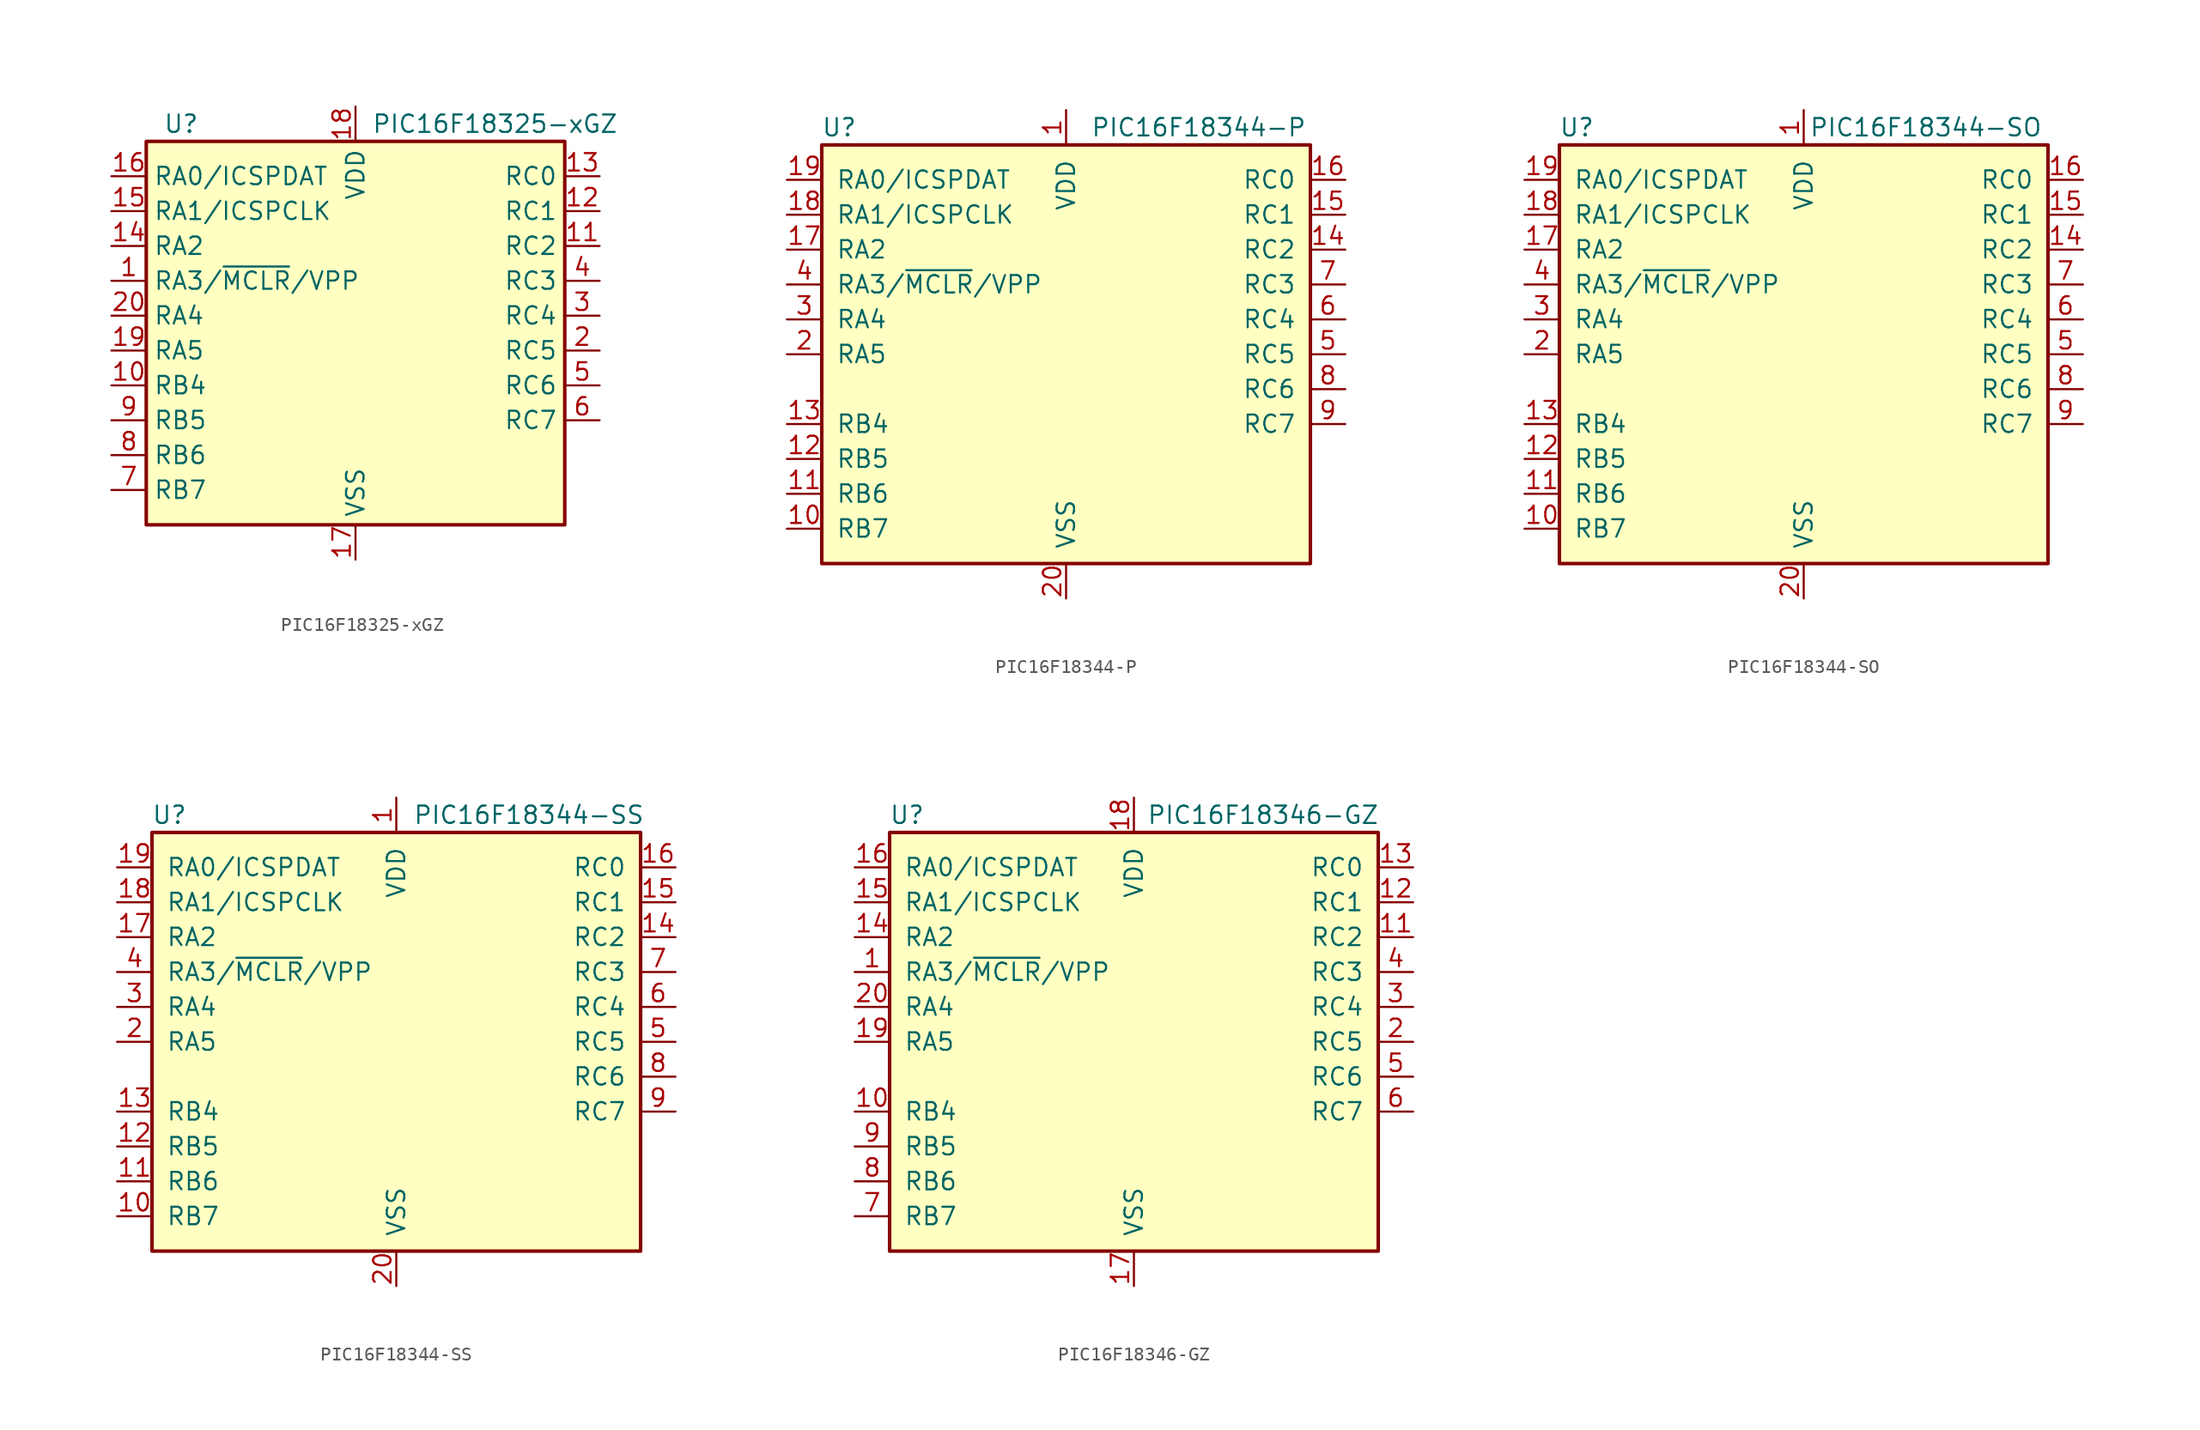
<source format=kicad_sym>
(kicad_symbol_lib
  (version 20201005)
  (generator kicad_symbol_editor)
  (symbol "PIC16F18325-xGZ"
    (property "Reference" "U"
      (at -12.7 13.97 0)
      (effects (font (size 1.27 1.27))))
    (property "Value" "PIC16F18325-xGZ"
      (at 10.16 13.97 0)
      (effects (font (size 1.27 1.27))))
    (symbol "PIC16F18325-xGZ_1_1"
      (rectangle (start -15.24 12.7) (end 15.24 -15.24) (stroke (width 0.254)) (fill (type background)))
      (pin bidirectional line (at -17.78 2.54 0) (length 2.54) (name "RA3/~MCLR~/VPP" (effects (font (size 1.27 1.27)))) (number "1" (effects (font (size 1.27 1.27)))))
      (pin bidirectional line (at -17.78 -5.08 0) (length 2.54) (name "RB4" (effects (font (size 1.27 1.27)))) (number "10" (effects (font (size 1.27 1.27)))))
      (pin bidirectional line (at 17.78 5.08 180) (length 2.54) (name "RC2" (effects (font (size 1.27 1.27)))) (number "11" (effects (font (size 1.27 1.27)))))
      (pin bidirectional line (at 17.78 7.62 180) (length 2.54) (name "RC1" (effects (font (size 1.27 1.27)))) (number "12" (effects (font (size 1.27 1.27)))))
      (pin bidirectional line (at 17.78 10.16 180) (length 2.54) (name "RC0" (effects (font (size 1.27 1.27)))) (number "13" (effects (font (size 1.27 1.27)))))
      (pin bidirectional line (at -17.78 5.08 0) (length 2.54) (name "RA2" (effects (font (size 1.27 1.27)))) (number "14" (effects (font (size 1.27 1.27)))))
      (pin bidirectional line (at -17.78 7.62 0) (length 2.54) (name "RA1/ICSPCLK" (effects (font (size 1.27 1.27)))) (number "15" (effects (font (size 1.27 1.27)))))
      (pin bidirectional line (at -17.78 10.16 0) (length 2.54) (name "RA0/ICSPDAT" (effects (font (size 1.27 1.27)))) (number "16" (effects (font (size 1.27 1.27)))))
      (pin power_in line (at 0 -17.78 90) (length 2.54) (name "VSS" (effects (font (size 1.27 1.27)))) (number "17" (effects (font (size 1.27 1.27)))))
      (pin power_in line (at 0 15.24 270) (length 2.54) (name "VDD" (effects (font (size 1.27 1.27)))) (number "18" (effects (font (size 1.27 1.27)))))
      (pin bidirectional line (at -17.78 -2.54 0) (length 2.54) (name "RA5" (effects (font (size 1.27 1.27)))) (number "19" (effects (font (size 1.27 1.27)))))
      (pin bidirectional line (at 17.78 -2.54 180) (length 2.54) (name "RC5" (effects (font (size 1.27 1.27)))) (number "2" (effects (font (size 1.27 1.27)))))
      (pin bidirectional line (at -17.78 0 0) (length 2.54) (name "RA4" (effects (font (size 1.27 1.27)))) (number "20" (effects (font (size 1.27 1.27)))))
      (pin passive line (at 0 -17.78 90) (length 2.54) hide (name "VSS" (effects (font (size 1.27 1.27)))) (number "21" (effects (font (size 1.27 1.27)))))
      (pin bidirectional line (at 17.78 0 180) (length 2.54) (name "RC4" (effects (font (size 1.27 1.27)))) (number "3" (effects (font (size 1.27 1.27)))))
      (pin bidirectional line (at 17.78 2.54 180) (length 2.54) (name "RC3" (effects (font (size 1.27 1.27)))) (number "4" (effects (font (size 1.27 1.27)))))
      (pin bidirectional line (at 17.78 -5.08 180) (length 2.54) (name "RC6" (effects (font (size 1.27 1.27)))) (number "5" (effects (font (size 1.27 1.27)))))
      (pin bidirectional line (at 17.78 -7.62 180) (length 2.54) (name "RC7" (effects (font (size 1.27 1.27)))) (number "6" (effects (font (size 1.27 1.27)))))
      (pin bidirectional line (at -17.78 -12.7 0) (length 2.54) (name "RB7" (effects (font (size 1.27 1.27)))) (number "7" (effects (font (size 1.27 1.27)))))
      (pin bidirectional line (at -17.78 -10.16 0) (length 2.54) (name "RB6" (effects (font (size 1.27 1.27)))) (number "8" (effects (font (size 1.27 1.27)))))
      (pin bidirectional line (at -17.78 -7.62 0) (length 2.54) (name "RB5" (effects (font (size 1.27 1.27)))) (number "9" (effects (font (size 1.27 1.27)))))))
  (symbol "PIC16F18344-P"
    (pin_names
      (offset 1.016))
    (property "Reference" "U"
      (at -16.51 16.51 0)
      (effects (font (size 1.27 1.27))))
    (property "Value" "PIC16F18344-P"
      (at 9.652 16.51 0)
      (effects (font (size 1.27 1.27))))
    (symbol "PIC16F18344-P_0_1"
      (rectangle (start -17.78 15.24) (end 17.78 -15.24) (stroke (width 0.254)) (fill (type background))))
    (symbol "PIC16F18344-P_1_1"
      (pin power_in line (at 0 17.78 270) (length 2.54) (name "VDD" (effects (font (size 1.27 1.27)))) (number "1" (effects (font (size 1.27 1.27)))))
      (pin bidirectional line (at -20.32 -12.7 0) (length 2.54) (name "RB7" (effects (font (size 1.27 1.27)))) (number "10" (effects (font (size 1.27 1.27)))))
      (pin bidirectional line (at -20.32 -10.16 0) (length 2.54) (name "RB6" (effects (font (size 1.27 1.27)))) (number "11" (effects (font (size 1.27 1.27)))))
      (pin bidirectional line (at -20.32 -7.62 0) (length 2.54) (name "RB5" (effects (font (size 1.27 1.27)))) (number "12" (effects (font (size 1.27 1.27)))))
      (pin bidirectional line (at -20.32 -5.08 0) (length 2.54) (name "RB4" (effects (font (size 1.27 1.27)))) (number "13" (effects (font (size 1.27 1.27)))))
      (pin bidirectional line (at 20.32 7.62 180) (length 2.54) (name "RC2" (effects (font (size 1.27 1.27)))) (number "14" (effects (font (size 1.27 1.27)))))
      (pin bidirectional line (at 20.32 10.16 180) (length 2.54) (name "RC1" (effects (font (size 1.27 1.27)))) (number "15" (effects (font (size 1.27 1.27)))))
      (pin bidirectional line (at 20.32 12.7 180) (length 2.54) (name "RC0" (effects (font (size 1.27 1.27)))) (number "16" (effects (font (size 1.27 1.27)))))
      (pin bidirectional line (at -20.32 7.62 0) (length 2.54) (name "RA2" (effects (font (size 1.27 1.27)))) (number "17" (effects (font (size 1.27 1.27)))))
      (pin bidirectional line (at -20.32 10.16 0) (length 2.54) (name "RA1/ICSPCLK" (effects (font (size 1.27 1.27)))) (number "18" (effects (font (size 1.27 1.27)))))
      (pin bidirectional line (at -20.32 12.7 0) (length 2.54) (name "RA0/ICSPDAT" (effects (font (size 1.27 1.27)))) (number "19" (effects (font (size 1.27 1.27)))))
      (pin bidirectional line (at -20.32 0 0) (length 2.54) (name "RA5" (effects (font (size 1.27 1.27)))) (number "2" (effects (font (size 1.27 1.27)))))
      (pin power_in line (at 0 -17.78 90) (length 2.54) (name "VSS" (effects (font (size 1.27 1.27)))) (number "20" (effects (font (size 1.27 1.27)))))
      (pin bidirectional line (at -20.32 2.54 0) (length 2.54) (name "RA4" (effects (font (size 1.27 1.27)))) (number "3" (effects (font (size 1.27 1.27)))))
      (pin bidirectional line (at -20.32 5.08 0) (length 2.54) (name "RA3/~MCLR~/VPP" (effects (font (size 1.27 1.27)))) (number "4" (effects (font (size 1.27 1.27)))))
      (pin bidirectional line (at 20.32 0 180) (length 2.54) (name "RC5" (effects (font (size 1.27 1.27)))) (number "5" (effects (font (size 1.27 1.27)))))
      (pin bidirectional line (at 20.32 2.54 180) (length 2.54) (name "RC4" (effects (font (size 1.27 1.27)))) (number "6" (effects (font (size 1.27 1.27)))))
      (pin bidirectional line (at 20.32 5.08 180) (length 2.54) (name "RC3" (effects (font (size 1.27 1.27)))) (number "7" (effects (font (size 1.27 1.27)))))
      (pin bidirectional line (at 20.32 -2.54 180) (length 2.54) (name "RC6" (effects (font (size 1.27 1.27)))) (number "8" (effects (font (size 1.27 1.27)))))
      (pin bidirectional line (at 20.32 -5.08 180) (length 2.54) (name "RC7" (effects (font (size 1.27 1.27)))) (number "9" (effects (font (size 1.27 1.27)))))))
  (symbol "PIC16F18344-SO"
    (pin_names
      (offset 1.016))
    (property "Reference" "U"
      (at -16.51 16.51 0)
      (effects (font (size 1.27 1.27))))
    (property "Value" "PIC16F18344-SO"
      (at 8.89 16.51 0)
      (effects (font (size 1.27 1.27))))
    (symbol "PIC16F18344-SO_0_1"
      (rectangle (start -17.78 15.24) (end 17.78 -15.24) (stroke (width 0.254)) (fill (type background))))
    (symbol "PIC16F18344-SO_1_1"
      (pin power_in line (at 0 17.78 270) (length 2.54) (name "VDD" (effects (font (size 1.27 1.27)))) (number "1" (effects (font (size 1.27 1.27)))))
      (pin bidirectional line (at -20.32 -12.7 0) (length 2.54) (name "RB7" (effects (font (size 1.27 1.27)))) (number "10" (effects (font (size 1.27 1.27)))))
      (pin bidirectional line (at -20.32 -10.16 0) (length 2.54) (name "RB6" (effects (font (size 1.27 1.27)))) (number "11" (effects (font (size 1.27 1.27)))))
      (pin bidirectional line (at -20.32 -7.62 0) (length 2.54) (name "RB5" (effects (font (size 1.27 1.27)))) (number "12" (effects (font (size 1.27 1.27)))))
      (pin bidirectional line (at -20.32 -5.08 0) (length 2.54) (name "RB4" (effects (font (size 1.27 1.27)))) (number "13" (effects (font (size 1.27 1.27)))))
      (pin bidirectional line (at 20.32 7.62 180) (length 2.54) (name "RC2" (effects (font (size 1.27 1.27)))) (number "14" (effects (font (size 1.27 1.27)))))
      (pin bidirectional line (at 20.32 10.16 180) (length 2.54) (name "RC1" (effects (font (size 1.27 1.27)))) (number "15" (effects (font (size 1.27 1.27)))))
      (pin bidirectional line (at 20.32 12.7 180) (length 2.54) (name "RC0" (effects (font (size 1.27 1.27)))) (number "16" (effects (font (size 1.27 1.27)))))
      (pin bidirectional line (at -20.32 7.62 0) (length 2.54) (name "RA2" (effects (font (size 1.27 1.27)))) (number "17" (effects (font (size 1.27 1.27)))))
      (pin bidirectional line (at -20.32 10.16 0) (length 2.54) (name "RA1/ICSPCLK" (effects (font (size 1.27 1.27)))) (number "18" (effects (font (size 1.27 1.27)))))
      (pin bidirectional line (at -20.32 12.7 0) (length 2.54) (name "RA0/ICSPDAT" (effects (font (size 1.27 1.27)))) (number "19" (effects (font (size 1.27 1.27)))))
      (pin bidirectional line (at -20.32 0 0) (length 2.54) (name "RA5" (effects (font (size 1.27 1.27)))) (number "2" (effects (font (size 1.27 1.27)))))
      (pin power_in line (at 0 -17.78 90) (length 2.54) (name "VSS" (effects (font (size 1.27 1.27)))) (number "20" (effects (font (size 1.27 1.27)))))
      (pin bidirectional line (at -20.32 2.54 0) (length 2.54) (name "RA4" (effects (font (size 1.27 1.27)))) (number "3" (effects (font (size 1.27 1.27)))))
      (pin bidirectional line (at -20.32 5.08 0) (length 2.54) (name "RA3/~MCLR~/VPP" (effects (font (size 1.27 1.27)))) (number "4" (effects (font (size 1.27 1.27)))))
      (pin bidirectional line (at 20.32 0 180) (length 2.54) (name "RC5" (effects (font (size 1.27 1.27)))) (number "5" (effects (font (size 1.27 1.27)))))
      (pin bidirectional line (at 20.32 2.54 180) (length 2.54) (name "RC4" (effects (font (size 1.27 1.27)))) (number "6" (effects (font (size 1.27 1.27)))))
      (pin bidirectional line (at 20.32 5.08 180) (length 2.54) (name "RC3" (effects (font (size 1.27 1.27)))) (number "7" (effects (font (size 1.27 1.27)))))
      (pin bidirectional line (at 20.32 -2.54 180) (length 2.54) (name "RC6" (effects (font (size 1.27 1.27)))) (number "8" (effects (font (size 1.27 1.27)))))
      (pin bidirectional line (at 20.32 -5.08 180) (length 2.54) (name "RC7" (effects (font (size 1.27 1.27)))) (number "9" (effects (font (size 1.27 1.27)))))))
  (symbol "PIC16F18344-SS"
    (pin_names
      (offset 1.016))
    (property "Reference" "U"
      (at -16.51 16.51 0)
      (effects (font (size 1.27 1.27))))
    (property "Value" "PIC16F18344-SS"
      (at 9.652 16.51 0)
      (effects (font (size 1.27 1.27))))
    (symbol "PIC16F18344-SS_0_1"
      (rectangle (start -17.78 15.24) (end 17.78 -15.24) (stroke (width 0.254)) (fill (type background))))
    (symbol "PIC16F18344-SS_1_1"
      (pin power_in line (at 0 17.78 270) (length 2.54) (name "VDD" (effects (font (size 1.27 1.27)))) (number "1" (effects (font (size 1.27 1.27)))))
      (pin bidirectional line (at -20.32 -12.7 0) (length 2.54) (name "RB7" (effects (font (size 1.27 1.27)))) (number "10" (effects (font (size 1.27 1.27)))))
      (pin bidirectional line (at -20.32 -10.16 0) (length 2.54) (name "RB6" (effects (font (size 1.27 1.27)))) (number "11" (effects (font (size 1.27 1.27)))))
      (pin bidirectional line (at -20.32 -7.62 0) (length 2.54) (name "RB5" (effects (font (size 1.27 1.27)))) (number "12" (effects (font (size 1.27 1.27)))))
      (pin bidirectional line (at -20.32 -5.08 0) (length 2.54) (name "RB4" (effects (font (size 1.27 1.27)))) (number "13" (effects (font (size 1.27 1.27)))))
      (pin bidirectional line (at 20.32 7.62 180) (length 2.54) (name "RC2" (effects (font (size 1.27 1.27)))) (number "14" (effects (font (size 1.27 1.27)))))
      (pin bidirectional line (at 20.32 10.16 180) (length 2.54) (name "RC1" (effects (font (size 1.27 1.27)))) (number "15" (effects (font (size 1.27 1.27)))))
      (pin bidirectional line (at 20.32 12.7 180) (length 2.54) (name "RC0" (effects (font (size 1.27 1.27)))) (number "16" (effects (font (size 1.27 1.27)))))
      (pin bidirectional line (at -20.32 7.62 0) (length 2.54) (name "RA2" (effects (font (size 1.27 1.27)))) (number "17" (effects (font (size 1.27 1.27)))))
      (pin bidirectional line (at -20.32 10.16 0) (length 2.54) (name "RA1/ICSPCLK" (effects (font (size 1.27 1.27)))) (number "18" (effects (font (size 1.27 1.27)))))
      (pin bidirectional line (at -20.32 12.7 0) (length 2.54) (name "RA0/ICSPDAT" (effects (font (size 1.27 1.27)))) (number "19" (effects (font (size 1.27 1.27)))))
      (pin bidirectional line (at -20.32 0 0) (length 2.54) (name "RA5" (effects (font (size 1.27 1.27)))) (number "2" (effects (font (size 1.27 1.27)))))
      (pin power_in line (at 0 -17.78 90) (length 2.54) (name "VSS" (effects (font (size 1.27 1.27)))) (number "20" (effects (font (size 1.27 1.27)))))
      (pin bidirectional line (at -20.32 2.54 0) (length 2.54) (name "RA4" (effects (font (size 1.27 1.27)))) (number "3" (effects (font (size 1.27 1.27)))))
      (pin bidirectional line (at -20.32 5.08 0) (length 2.54) (name "RA3/~MCLR~/VPP" (effects (font (size 1.27 1.27)))) (number "4" (effects (font (size 1.27 1.27)))))
      (pin bidirectional line (at 20.32 0 180) (length 2.54) (name "RC5" (effects (font (size 1.27 1.27)))) (number "5" (effects (font (size 1.27 1.27)))))
      (pin bidirectional line (at 20.32 2.54 180) (length 2.54) (name "RC4" (effects (font (size 1.27 1.27)))) (number "6" (effects (font (size 1.27 1.27)))))
      (pin bidirectional line (at 20.32 5.08 180) (length 2.54) (name "RC3" (effects (font (size 1.27 1.27)))) (number "7" (effects (font (size 1.27 1.27)))))
      (pin bidirectional line (at 20.32 -2.54 180) (length 2.54) (name "RC6" (effects (font (size 1.27 1.27)))) (number "8" (effects (font (size 1.27 1.27)))))
      (pin bidirectional line (at 20.32 -5.08 180) (length 2.54) (name "RC7" (effects (font (size 1.27 1.27)))) (number "9" (effects (font (size 1.27 1.27)))))))
  (symbol "PIC16F18346-GZ"
    (pin_names
      (offset 1.016))
    (property "Reference" "U"
      (at -16.51 16.51 0)
      (effects (font (size 1.27 1.27))))
    (property "Value" "PIC16F18346-GZ"
      (at 9.398 16.51 0)
      (effects (font (size 1.27 1.27))))
    (symbol "PIC16F18346-GZ_0_1"
      (rectangle (start -17.78 15.24) (end 17.78 -15.24) (stroke (width 0.254)) (fill (type background))))
    (symbol "PIC16F18346-GZ_1_1"
      (pin bidirectional line (at -20.32 5.08 0) (length 2.54) (name "RA3/~MCLR~/VPP" (effects (font (size 1.27 1.27)))) (number "1" (effects (font (size 1.27 1.27)))))
      (pin bidirectional line (at -20.32 -5.08 0) (length 2.54) (name "RB4" (effects (font (size 1.27 1.27)))) (number "10" (effects (font (size 1.27 1.27)))))
      (pin bidirectional line (at 20.32 7.62 180) (length 2.54) (name "RC2" (effects (font (size 1.27 1.27)))) (number "11" (effects (font (size 1.27 1.27)))))
      (pin bidirectional line (at 20.32 10.16 180) (length 2.54) (name "RC1" (effects (font (size 1.27 1.27)))) (number "12" (effects (font (size 1.27 1.27)))))
      (pin bidirectional line (at 20.32 12.7 180) (length 2.54) (name "RC0" (effects (font (size 1.27 1.27)))) (number "13" (effects (font (size 1.27 1.27)))))
      (pin bidirectional line (at -20.32 7.62 0) (length 2.54) (name "RA2" (effects (font (size 1.27 1.27)))) (number "14" (effects (font (size 1.27 1.27)))))
      (pin bidirectional line (at -20.32 10.16 0) (length 2.54) (name "RA1/ICSPCLK" (effects (font (size 1.27 1.27)))) (number "15" (effects (font (size 1.27 1.27)))))
      (pin bidirectional line (at -20.32 12.7 0) (length 2.54) (name "RA0/ICSPDAT" (effects (font (size 1.27 1.27)))) (number "16" (effects (font (size 1.27 1.27)))))
      (pin power_in line (at 0 -17.78 90) (length 2.54) (name "VSS" (effects (font (size 1.27 1.27)))) (number "17" (effects (font (size 1.27 1.27)))))
      (pin power_in line (at 0 17.78 270) (length 2.54) (name "VDD" (effects (font (size 1.27 1.27)))) (number "18" (effects (font (size 1.27 1.27)))))
      (pin bidirectional line (at -20.32 0 0) (length 2.54) (name "RA5" (effects (font (size 1.27 1.27)))) (number "19" (effects (font (size 1.27 1.27)))))
      (pin bidirectional line (at 20.32 0 180) (length 2.54) (name "RC5" (effects (font (size 1.27 1.27)))) (number "2" (effects (font (size 1.27 1.27)))))
      (pin bidirectional line (at -20.32 2.54 0) (length 2.54) (name "RA4" (effects (font (size 1.27 1.27)))) (number "20" (effects (font (size 1.27 1.27)))))
      (pin bidirectional line (at 20.32 2.54 180) (length 2.54) (name "RC4" (effects (font (size 1.27 1.27)))) (number "3" (effects (font (size 1.27 1.27)))))
      (pin bidirectional line (at 20.32 5.08 180) (length 2.54) (name "RC3" (effects (font (size 1.27 1.27)))) (number "4" (effects (font (size 1.27 1.27)))))
      (pin bidirectional line (at 20.32 -2.54 180) (length 2.54) (name "RC6" (effects (font (size 1.27 1.27)))) (number "5" (effects (font (size 1.27 1.27)))))
      (pin bidirectional line (at 20.32 -5.08 180) (length 2.54) (name "RC7" (effects (font (size 1.27 1.27)))) (number "6" (effects (font (size 1.27 1.27)))))
      (pin bidirectional line (at -20.32 -12.7 0) (length 2.54) (name "RB7" (effects (font (size 1.27 1.27)))) (number "7" (effects (font (size 1.27 1.27)))))
      (pin bidirectional line (at -20.32 -10.16 0) (length 2.54) (name "RB6" (effects (font (size 1.27 1.27)))) (number "8" (effects (font (size 1.27 1.27)))))
      (pin bidirectional line (at -20.32 -7.62 0) (length 2.54) (name "RB5" (effects (font (size 1.27 1.27)))) (number "9" (effects (font (size 1.27 1.27))))))))
</source>
